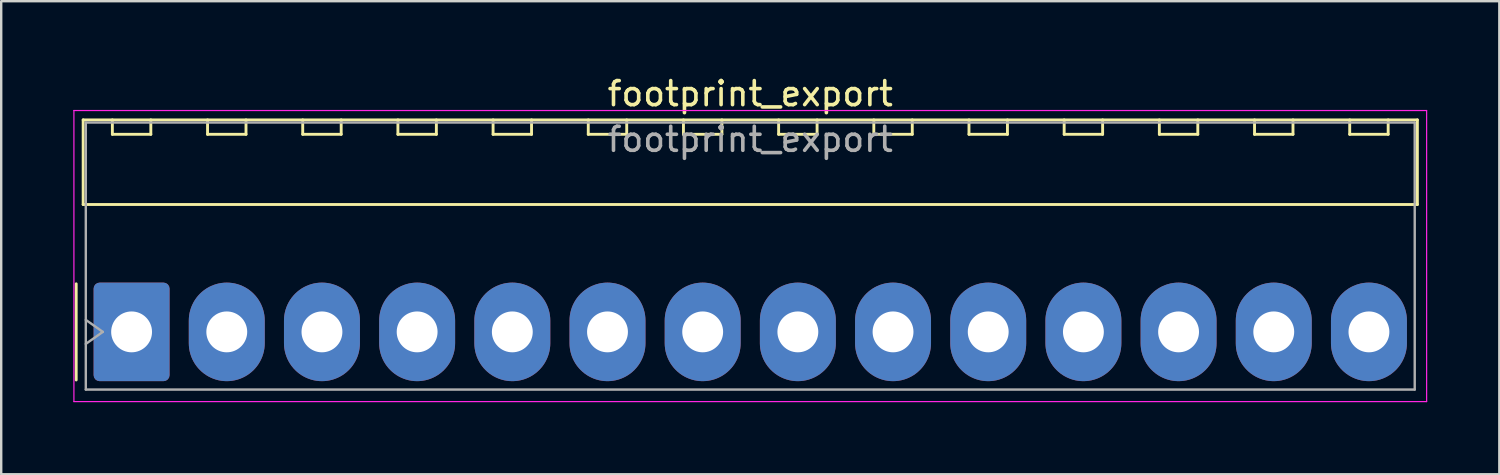
<source format=kicad_pcb>
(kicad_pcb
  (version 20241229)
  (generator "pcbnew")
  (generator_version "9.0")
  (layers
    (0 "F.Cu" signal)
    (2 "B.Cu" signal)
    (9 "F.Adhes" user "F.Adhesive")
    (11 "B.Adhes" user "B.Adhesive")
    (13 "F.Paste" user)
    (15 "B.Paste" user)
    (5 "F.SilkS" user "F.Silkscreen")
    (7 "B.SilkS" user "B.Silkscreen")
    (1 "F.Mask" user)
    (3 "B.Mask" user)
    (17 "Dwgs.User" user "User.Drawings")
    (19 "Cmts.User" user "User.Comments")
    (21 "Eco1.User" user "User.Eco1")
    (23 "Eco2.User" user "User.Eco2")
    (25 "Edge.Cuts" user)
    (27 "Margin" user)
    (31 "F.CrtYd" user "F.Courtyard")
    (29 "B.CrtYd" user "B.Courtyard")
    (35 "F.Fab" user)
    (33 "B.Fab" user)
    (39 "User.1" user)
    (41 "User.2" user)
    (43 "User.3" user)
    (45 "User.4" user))
  (footprint "footprint_export"
    (layer "F.Cu")
    (at 2.425 10.758)
    (property "Reference" "footprint_export" (at 25.74 -9.91 0) (layer "F.SilkS") (effects (font (size 1 1) (thickness 0.15))))
    (attr through_hole)
    (fp_line (start -2.305 -2) (end -2.305 2) (stroke (width 0.12) (type solid)) (layer "F.SilkS"))
    (fp_line (start -2.015 -8.82) (end 53.495 -8.82) (stroke (width 0.12) (type solid)) (layer "F.SilkS"))
    (fp_line (start -2.015 -5.3) (end -2.015 -8.82) (stroke (width 0.12) (type solid)) (layer "F.SilkS"))
    (fp_line (start -0.8 -8.82) (end -0.8 -8.22) (stroke (width 0.12) (type solid)) (layer "F.SilkS"))
    (fp_line (start -0.8 -8.22) (end 0.8 -8.22) (stroke (width 0.12) (type solid)) (layer "F.SilkS"))
    (fp_line (start 0.8 -8.22) (end 0.8 -8.82) (stroke (width 0.12) (type solid)) (layer "F.SilkS"))
    (fp_line (start 3.16 -8.82) (end 3.16 -8.22) (stroke (width 0.12) (type solid)) (layer "F.SilkS"))
    (fp_line (start 3.16 -8.22) (end 4.76 -8.22) (stroke (width 0.12) (type solid)) (layer "F.SilkS"))
    (fp_line (start 4.76 -8.22) (end 4.76 -8.82) (stroke (width 0.12) (type solid)) (layer "F.SilkS"))
    (fp_line (start 7.12 -8.82) (end 7.12 -8.22) (stroke (width 0.12) (type solid)) (layer "F.SilkS"))
    (fp_line (start 7.12 -8.22) (end 8.72 -8.22) (stroke (width 0.12) (type solid)) (layer "F.SilkS"))
    (fp_line (start 8.72 -8.22) (end 8.72 -8.82) (stroke (width 0.12) (type solid)) (layer "F.SilkS"))
    (fp_line (start 11.08 -8.82) (end 11.08 -8.22) (stroke (width 0.12) (type solid)) (layer "F.SilkS"))
    (fp_line (start 11.08 -8.22) (end 12.68 -8.22) (stroke (width 0.12) (type solid)) (layer "F.SilkS"))
    (fp_line (start 12.68 -8.22) (end 12.68 -8.82) (stroke (width 0.12) (type solid)) (layer "F.SilkS"))
    (fp_line (start 15.04 -8.82) (end 15.04 -8.22) (stroke (width 0.12) (type solid)) (layer "F.SilkS"))
    (fp_line (start 15.04 -8.22) (end 16.64 -8.22) (stroke (width 0.12) (type solid)) (layer "F.SilkS"))
    (fp_line (start 16.64 -8.22) (end 16.64 -8.82) (stroke (width 0.12) (type solid)) (layer "F.SilkS"))
    (fp_line (start 19 -8.82) (end 19 -8.22) (stroke (width 0.12) (type solid)) (layer "F.SilkS"))
    (fp_line (start 19 -8.22) (end 20.6 -8.22) (stroke (width 0.12) (type solid)) (layer "F.SilkS"))
    (fp_line (start 20.6 -8.22) (end 20.6 -8.82) (stroke (width 0.12) (type solid)) (layer "F.SilkS"))
    (fp_line (start 22.96 -8.82) (end 22.96 -8.22) (stroke (width 0.12) (type solid)) (layer "F.SilkS"))
    (fp_line (start 22.96 -8.22) (end 24.56 -8.22) (stroke (width 0.12) (type solid)) (layer "F.SilkS"))
    (fp_line (start 24.56 -8.22) (end 24.56 -8.82) (stroke (width 0.12) (type solid)) (layer "F.SilkS"))
    (fp_line (start 26.92 -8.82) (end 26.92 -8.22) (stroke (width 0.12) (type solid)) (layer "F.SilkS"))
    (fp_line (start 26.92 -8.22) (end 28.52 -8.22) (stroke (width 0.12) (type solid)) (layer "F.SilkS"))
    (fp_line (start 28.52 -8.22) (end 28.52 -8.82) (stroke (width 0.12) (type solid)) (layer "F.SilkS"))
    (fp_line (start 30.88 -8.82) (end 30.88 -8.22) (stroke (width 0.12) (type solid)) (layer "F.SilkS"))
    (fp_line (start 30.88 -8.22) (end 32.48 -8.22) (stroke (width 0.12) (type solid)) (layer "F.SilkS"))
    (fp_line (start 32.48 -8.22) (end 32.48 -8.82) (stroke (width 0.12) (type solid)) (layer "F.SilkS"))
    (fp_line (start 34.84 -8.82) (end 34.84 -8.22) (stroke (width 0.12) (type solid)) (layer "F.SilkS"))
    (fp_line (start 34.84 -8.22) (end 36.44 -8.22) (stroke (width 0.12) (type solid)) (layer "F.SilkS"))
    (fp_line (start 36.44 -8.22) (end 36.44 -8.82) (stroke (width 0.12) (type solid)) (layer "F.SilkS"))
    (fp_line (start 38.8 -8.82) (end 38.8 -8.22) (stroke (width 0.12) (type solid)) (layer "F.SilkS"))
    (fp_line (start 38.8 -8.22) (end 40.4 -8.22) (stroke (width 0.12) (type solid)) (layer "F.SilkS"))
    (fp_line (start 40.4 -8.22) (end 40.4 -8.82) (stroke (width 0.12) (type solid)) (layer "F.SilkS"))
    (fp_line (start 42.76 -8.82) (end 42.76 -8.22) (stroke (width 0.12) (type solid)) (layer "F.SilkS"))
    (fp_line (start 42.76 -8.22) (end 44.36 -8.22) (stroke (width 0.12) (type solid)) (layer "F.SilkS"))
    (fp_line (start 44.36 -8.22) (end 44.36 -8.82) (stroke (width 0.12) (type solid)) (layer "F.SilkS"))
    (fp_line (start 46.72 -8.82) (end 46.72 -8.22) (stroke (width 0.12) (type solid)) (layer "F.SilkS"))
    (fp_line (start 46.72 -8.22) (end 48.32 -8.22) (stroke (width 0.12) (type solid)) (layer "F.SilkS"))
    (fp_line (start 48.32 -8.22) (end 48.32 -8.82) (stroke (width 0.12) (type solid)) (layer "F.SilkS"))
    (fp_line (start 50.68 -8.82) (end 50.68 -8.22) (stroke (width 0.12) (type solid)) (layer "F.SilkS"))
    (fp_line (start 50.68 -8.22) (end 52.28 -8.22) (stroke (width 0.12) (type solid)) (layer "F.SilkS"))
    (fp_line (start 52.28 -8.22) (end 52.28 -8.82) (stroke (width 0.12) (type solid)) (layer "F.SilkS"))
    (fp_line (start 53.495 -8.82) (end 53.495 -5.3) (stroke (width 0.12) (type solid)) (layer "F.SilkS"))
    (fp_line (start 53.495 -5.3) (end -2.015 -5.3) (stroke (width 0.12) (type solid)) (layer "F.SilkS"))
    (fp_line (start -2.4 -9.21) (end -2.4 2.9) (stroke (width 0.05) (type solid)) (layer "F.CrtYd"))
    (fp_line (start -2.4 2.9) (end 53.88 2.9) (stroke (width 0.05) (type solid)) (layer "F.CrtYd"))
    (fp_line (start 53.88 -9.21) (end -2.4 -9.21) (stroke (width 0.05) (type solid)) (layer "F.CrtYd"))
    (fp_line (start 53.88 2.9) (end 53.88 -9.21) (stroke (width 0.05) (type solid)) (layer "F.CrtYd"))
    (fp_line (start -1.905 -8.71) (end 53.385 -8.71) (stroke (width 0.1) (type solid)) (layer "F.Fab"))
    (fp_line (start -1.905 -0.5) (end -1.198 0) (stroke (width 0.1) (type solid)) (layer "F.Fab"))
    (fp_line (start -1.905 2.4) (end -1.905 -8.71) (stroke (width 0.1) (type solid)) (layer "F.Fab"))
    (fp_line (start -1.198 0) (end -1.905 0.5) (stroke (width 0.1) (type solid)) (layer "F.Fab"))
    (fp_line (start 53.385 -8.71) (end 53.385 2.4) (stroke (width 0.1) (type solid)) (layer "F.Fab"))
    (fp_line (start 53.385 2.4) (end -1.905 2.4) (stroke (width 0.1) (type solid)) (layer "F.Fab"))
    (fp_text user "${REFERENCE}" (at 25.74 -8.01 0) (layer "F.Fab") (effects (font (size 1 1) (thickness 0.15))))
    (pad "1" thru_hole roundrect (at 0 0) (size 3.16 4.1) (drill 1.7) (layers "*.Cu" "*.Mask") (roundrect_rratio 0.079))
    (pad "2" thru_hole oval (at 3.96 0) (size 3.16 4.1) (drill 1.7) (layers "*.Cu" "*.Mask"))
    (pad "3" thru_hole oval (at 7.92 0) (size 3.16 4.1) (drill 1.7) (layers "*.Cu" "*.Mask"))
    (pad "4" thru_hole oval (at 11.88 0) (size 3.16 4.1) (drill 1.7) (layers "*.Cu" "*.Mask"))
    (pad "5" thru_hole oval (at 15.84 0) (size 3.16 4.1) (drill 1.7) (layers "*.Cu" "*.Mask"))
    (pad "6" thru_hole oval (at 19.8 0) (size 3.16 4.1) (drill 1.7) (layers "*.Cu" "*.Mask"))
    (pad "7" thru_hole oval (at 23.76 0) (size 3.16 4.1) (drill 1.7) (layers "*.Cu" "*.Mask"))
    (pad "8" thru_hole oval (at 27.72 0) (size 3.16 4.1) (drill 1.7) (layers "*.Cu" "*.Mask"))
    (pad "9" thru_hole oval (at 31.68 0) (size 3.16 4.1) (drill 1.7) (layers "*.Cu" "*.Mask"))
    (pad "10" thru_hole oval (at 35.64 0) (size 3.16 4.1) (drill 1.7) (layers "*.Cu" "*.Mask"))
    (pad "11" thru_hole oval (at 39.6 0) (size 3.16 4.1) (drill 1.7) (layers "*.Cu" "*.Mask"))
    (pad "12" thru_hole oval (at 43.56 0) (size 3.16 4.1) (drill 1.7) (layers "*.Cu" "*.Mask"))
    (pad "13" thru_hole oval (at 47.52 0) (size 3.16 4.1) (drill 1.7) (layers "*.Cu" "*.Mask"))
    (pad "14" thru_hole oval (at 51.48 0) (size 3.16 4.1) (drill 1.7) (layers "*.Cu" "*.Mask")))
  (gr_rect
    (start -3 -3)
    (end 59.33 16.683)
    (stroke (width 0.1) (type default))
    (fill no)
    (layer "Edge.Cuts")))
</source>
